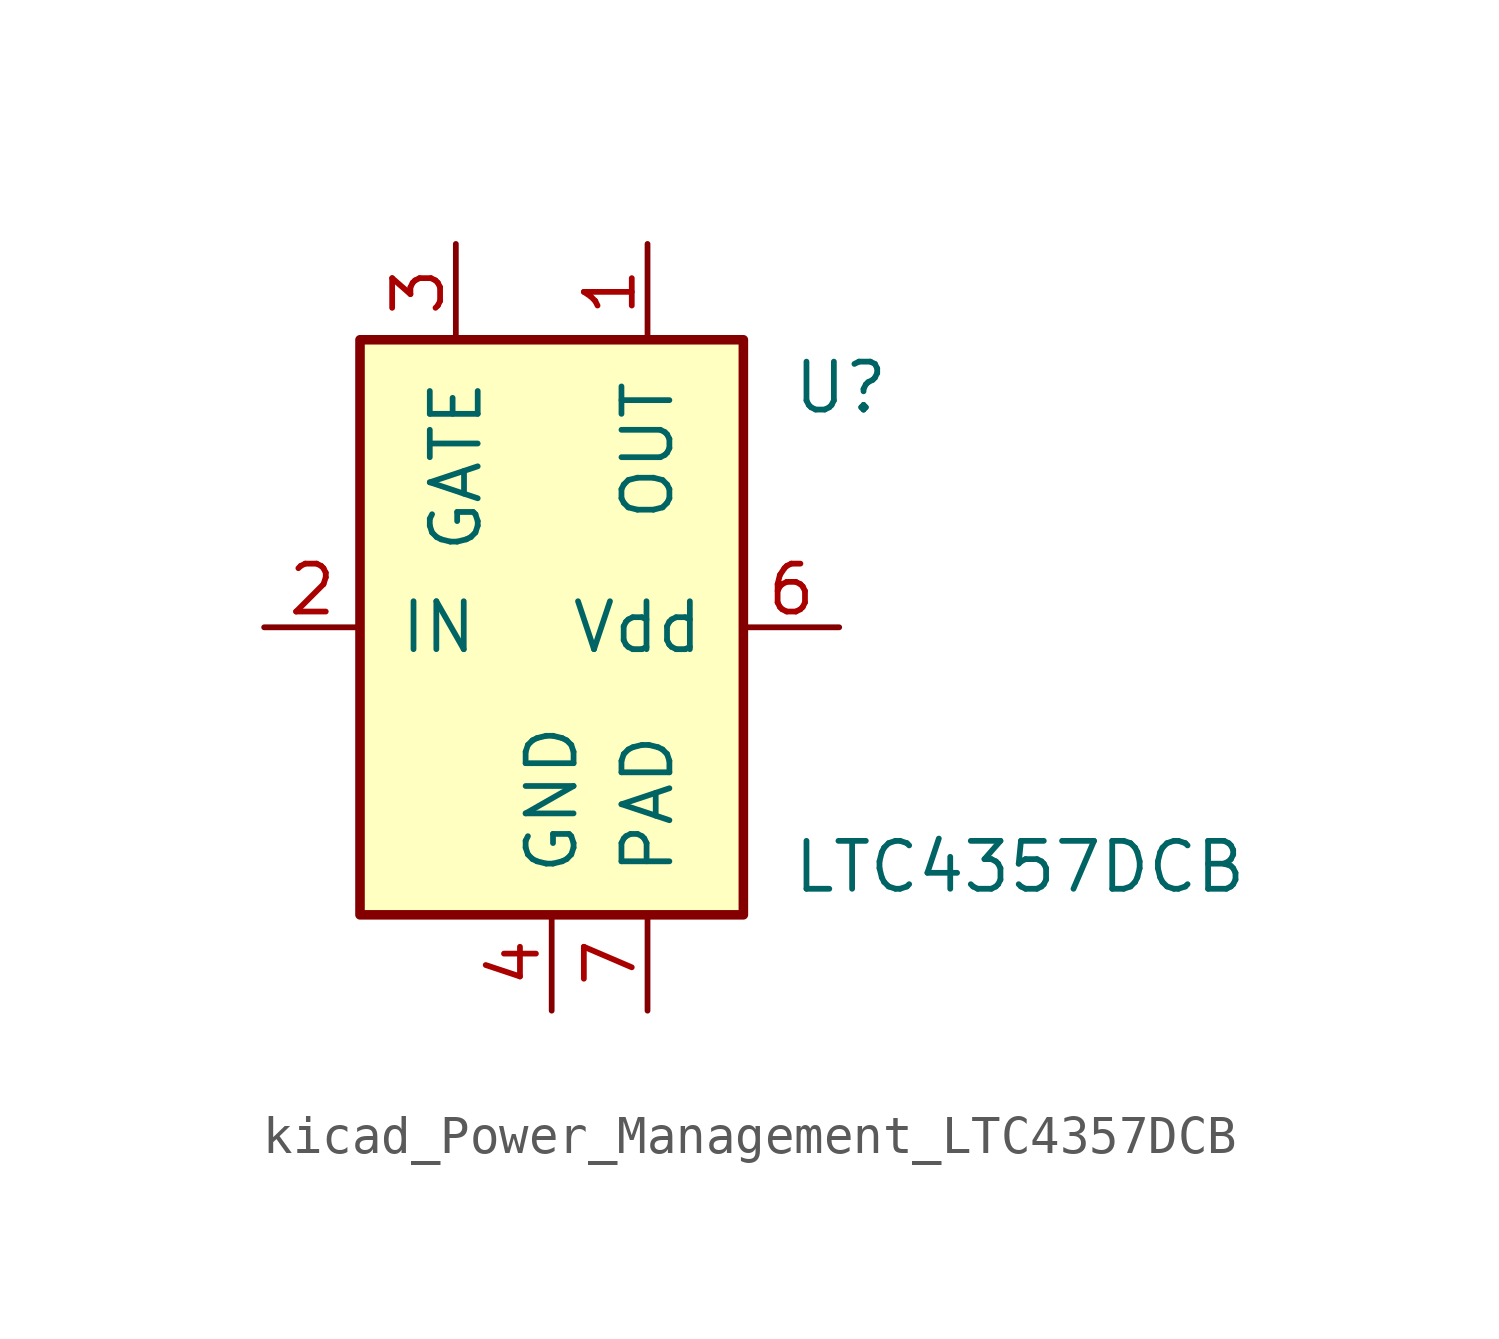
<source format=kicad_sym>
(kicad_symbol_lib
  (version 20220914)
  (generator kicad_symbol_editor)
  (symbol "kicad_Power_Management_LTC4357DCB"
    (pin_names
      (offset 1.016))
    (property "Reference" "U"
      (at 6.35 6.35 0)
      (effects (font (size 1.27 1.27)) (justify left)))
    (property "Value" "LTC4357DCB"
      (at 6.35 -6.35 0)
      (effects (font (size 1.27 1.27)) (justify left)))
    (symbol "kicad_Power_Management_LTC4357DCB_0_1"
      (rectangle (start -5.08 7.62) (end 5.08 -7.62) (stroke (width 0.254) (type default)) (fill (type background))))
    (symbol "kicad_Power_Management_LTC4357DCB_1_1"
      (pin input line (at 2.54 10.16 270) (length 2.54) (name "OUT" (effects (font (size 1.27 1.27)))) (number "1" (effects (font (size 1.27 1.27)))))
      (pin input line (at -7.62 0 0) (length 2.54) (name "IN" (effects (font (size 1.27 1.27)))) (number "2" (effects (font (size 1.27 1.27)))))
      (pin output line (at -2.54 10.16 270) (length 2.54) (name "GATE" (effects (font (size 1.27 1.27)))) (number "3" (effects (font (size 1.27 1.27)))))
      (pin power_in line (at 0 -10.16 90) (length 2.54) (name "GND" (effects (font (size 1.27 1.27)))) (number "4" (effects (font (size 1.27 1.27)))))
      (pin no_connect line (at -5.08 -2.54 0) (length 2.54) hide (name "NC" (effects (font (size 1.27 1.27)))) (number "5" (effects (font (size 1.27 1.27)))))
      (pin power_in line (at 7.62 0 180) (length 2.54) (name "Vdd" (effects (font (size 1.27 1.27)))) (number "6" (effects (font (size 1.27 1.27)))))
      (pin power_in line (at 2.54 -10.16 90) (length 2.54) (name "PAD" (effects (font (size 1.27 1.27)))) (number "7" (effects (font (size 1.27 1.27))))))))
</source>
